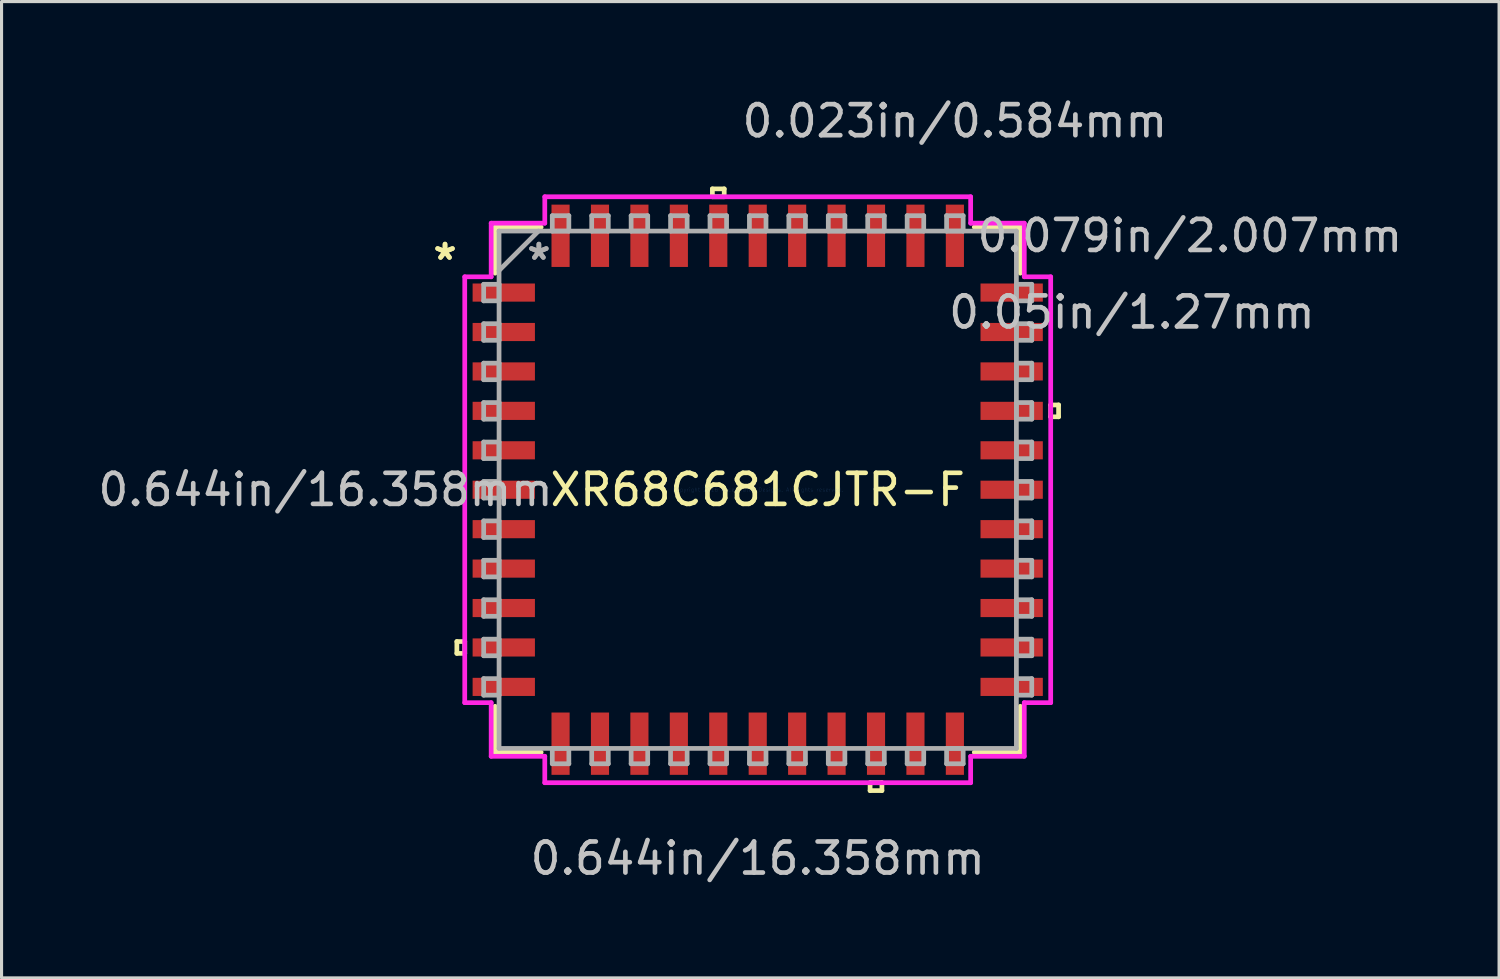
<source format=kicad_pcb>
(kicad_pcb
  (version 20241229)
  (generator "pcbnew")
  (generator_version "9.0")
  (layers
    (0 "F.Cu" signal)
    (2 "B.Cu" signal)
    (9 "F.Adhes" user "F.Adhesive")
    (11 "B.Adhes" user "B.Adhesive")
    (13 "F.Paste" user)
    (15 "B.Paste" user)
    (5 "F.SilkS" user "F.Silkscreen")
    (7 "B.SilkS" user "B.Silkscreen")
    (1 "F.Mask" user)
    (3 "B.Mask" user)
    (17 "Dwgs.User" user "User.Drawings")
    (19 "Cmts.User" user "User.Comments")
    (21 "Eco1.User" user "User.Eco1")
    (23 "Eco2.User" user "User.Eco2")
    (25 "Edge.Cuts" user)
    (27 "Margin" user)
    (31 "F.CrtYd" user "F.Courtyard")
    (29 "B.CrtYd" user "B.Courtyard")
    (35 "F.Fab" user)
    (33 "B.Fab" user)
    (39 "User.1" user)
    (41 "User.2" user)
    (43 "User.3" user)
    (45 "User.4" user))
  (footprint "XR68C681CJTR-F"
    (layer "F.Cu")
    (at 21.354 12.723)
    (property "Reference" "XR68C681CJTR-F" (at 0 0 0) (layer "F.SilkS") (effects (font (size 1 1) (thickness 0.15))))
    (attr through_hole)
    (fp_line (start -9.69 4.889) (end -9.69 5.271) (stroke (width 0.152) (type solid)) (layer "F.SilkS"))
    (fp_line (start -9.69 5.271) (end -9.436 5.271) (stroke (width 0.152) (type solid)) (layer "F.SilkS"))
    (fp_line (start -9.436 4.889) (end -9.69 4.889) (stroke (width 0.152) (type solid)) (layer "F.SilkS"))
    (fp_line (start -9.436 5.271) (end -9.436 4.889) (stroke (width 0.152) (type solid)) (layer "F.SilkS"))
    (fp_line (start -8.458 -8.458) (end -8.458 -6.975) (stroke (width 0.152) (type solid)) (layer "F.SilkS"))
    (fp_line (start -8.458 6.975) (end -8.458 8.458) (stroke (width 0.152) (type solid)) (layer "F.SilkS"))
    (fp_line (start -8.458 8.458) (end -6.975 8.458) (stroke (width 0.152) (type solid)) (layer "F.SilkS"))
    (fp_line (start -6.975 -8.458) (end -8.458 -8.458) (stroke (width 0.152) (type solid)) (layer "F.SilkS"))
    (fp_line (start -1.46 -9.69) (end -1.079 -9.69) (stroke (width 0.152) (type solid)) (layer "F.SilkS"))
    (fp_line (start -1.46 -9.436) (end -1.46 -9.69) (stroke (width 0.152) (type solid)) (layer "F.SilkS"))
    (fp_line (start -1.079 -9.69) (end -1.079 -9.436) (stroke (width 0.152) (type solid)) (layer "F.SilkS"))
    (fp_line (start -1.079 -9.436) (end -1.46 -9.436) (stroke (width 0.152) (type solid)) (layer "F.SilkS"))
    (fp_line (start 3.619 9.436) (end 3.619 9.69) (stroke (width 0.152) (type solid)) (layer "F.SilkS"))
    (fp_line (start 3.619 9.69) (end 4 9.69) (stroke (width 0.152) (type solid)) (layer "F.SilkS"))
    (fp_line (start 4 9.436) (end 3.619 9.436) (stroke (width 0.152) (type solid)) (layer "F.SilkS"))
    (fp_line (start 4 9.69) (end 4 9.436) (stroke (width 0.152) (type solid)) (layer "F.SilkS"))
    (fp_line (start 6.975 8.458) (end 8.458 8.458) (stroke (width 0.152) (type solid)) (layer "F.SilkS"))
    (fp_line (start 8.458 -8.458) (end 6.975 -8.458) (stroke (width 0.152) (type solid)) (layer "F.SilkS"))
    (fp_line (start 8.458 -6.975) (end 8.458 -8.458) (stroke (width 0.152) (type solid)) (layer "F.SilkS"))
    (fp_line (start 8.458 8.458) (end 8.458 6.975) (stroke (width 0.152) (type solid)) (layer "F.SilkS"))
    (fp_line (start 9.436 -2.731) (end 9.69 -2.731) (stroke (width 0.152) (type solid)) (layer "F.SilkS"))
    (fp_line (start 9.436 -2.349) (end 9.436 -2.731) (stroke (width 0.152) (type solid)) (layer "F.SilkS"))
    (fp_line (start 9.69 -2.731) (end 9.69 -2.349) (stroke (width 0.152) (type solid)) (layer "F.SilkS"))
    (fp_line (start 9.69 -2.349) (end 9.436 -2.349) (stroke (width 0.152) (type solid)) (layer "F.SilkS"))
    (fp_line (start -9.436 -6.858) (end -8.585 -6.858) (stroke (width 0.152) (type solid)) (layer "F.CrtYd"))
    (fp_line (start -9.436 6.858) (end -9.436 -6.858) (stroke (width 0.152) (type solid)) (layer "F.CrtYd"))
    (fp_line (start -8.585 -8.585) (end -6.858 -8.585) (stroke (width 0.152) (type solid)) (layer "F.CrtYd"))
    (fp_line (start -8.585 -6.858) (end -8.585 -8.585) (stroke (width 0.152) (type solid)) (layer "F.CrtYd"))
    (fp_line (start -8.585 6.858) (end -9.436 6.858) (stroke (width 0.152) (type solid)) (layer "F.CrtYd"))
    (fp_line (start -8.585 8.585) (end -8.585 6.858) (stroke (width 0.152) (type solid)) (layer "F.CrtYd"))
    (fp_line (start -6.858 -9.436) (end 6.858 -9.436) (stroke (width 0.152) (type solid)) (layer "F.CrtYd"))
    (fp_line (start -6.858 -8.585) (end -6.858 -9.436) (stroke (width 0.152) (type solid)) (layer "F.CrtYd"))
    (fp_line (start -6.858 8.585) (end -8.585 8.585) (stroke (width 0.152) (type solid)) (layer "F.CrtYd"))
    (fp_line (start -6.858 9.436) (end -6.858 8.585) (stroke (width 0.152) (type solid)) (layer "F.CrtYd"))
    (fp_line (start 6.858 -9.436) (end 6.858 -8.585) (stroke (width 0.152) (type solid)) (layer "F.CrtYd"))
    (fp_line (start 6.858 -8.585) (end 8.585 -8.585) (stroke (width 0.152) (type solid)) (layer "F.CrtYd"))
    (fp_line (start 6.858 8.585) (end 6.858 9.436) (stroke (width 0.152) (type solid)) (layer "F.CrtYd"))
    (fp_line (start 6.858 9.436) (end -6.858 9.436) (stroke (width 0.152) (type solid)) (layer "F.CrtYd"))
    (fp_line (start 8.585 -8.585) (end 8.585 -6.858) (stroke (width 0.152) (type solid)) (layer "F.CrtYd"))
    (fp_line (start 8.585 -6.858) (end 9.436 -6.858) (stroke (width 0.152) (type solid)) (layer "F.CrtYd"))
    (fp_line (start 8.585 6.858) (end 8.585 8.585) (stroke (width 0.152) (type solid)) (layer "F.CrtYd"))
    (fp_line (start 8.585 8.585) (end 6.858 8.585) (stroke (width 0.152) (type solid)) (layer "F.CrtYd"))
    (fp_line (start 9.436 -6.858) (end 9.436 6.858) (stroke (width 0.152) (type solid)) (layer "F.CrtYd"))
    (fp_line (start 9.436 6.858) (end 8.585 6.858) (stroke (width 0.152) (type solid)) (layer "F.CrtYd"))
    (fp_line (start -8.826 -6.617) (end -8.826 -6.083) (stroke (width 0.152) (type solid)) (layer "F.Fab"))
    (fp_line (start -8.826 -6.083) (end -8.331 -6.083) (stroke (width 0.152) (type solid)) (layer "F.Fab"))
    (fp_line (start -8.826 -5.347) (end -8.826 -4.813) (stroke (width 0.152) (type solid)) (layer "F.Fab"))
    (fp_line (start -8.826 -4.813) (end -8.331 -4.813) (stroke (width 0.152) (type solid)) (layer "F.Fab"))
    (fp_line (start -8.826 -4.077) (end -8.826 -3.543) (stroke (width 0.152) (type solid)) (layer "F.Fab"))
    (fp_line (start -8.826 -3.543) (end -8.331 -3.543) (stroke (width 0.152) (type solid)) (layer "F.Fab"))
    (fp_line (start -8.826 -2.807) (end -8.826 -2.273) (stroke (width 0.152) (type solid)) (layer "F.Fab"))
    (fp_line (start -8.826 -2.273) (end -8.331 -2.273) (stroke (width 0.152) (type solid)) (layer "F.Fab"))
    (fp_line (start -8.826 -1.537) (end -8.826 -1.003) (stroke (width 0.152) (type solid)) (layer "F.Fab"))
    (fp_line (start -8.826 -1.003) (end -8.331 -1.003) (stroke (width 0.152) (type solid)) (layer "F.Fab"))
    (fp_line (start -8.826 -0.267) (end -8.826 0.267) (stroke (width 0.152) (type solid)) (layer "F.Fab"))
    (fp_line (start -8.826 0.267) (end -8.331 0.267) (stroke (width 0.152) (type solid)) (layer "F.Fab"))
    (fp_line (start -8.826 1.003) (end -8.826 1.537) (stroke (width 0.152) (type solid)) (layer "F.Fab"))
    (fp_line (start -8.826 1.537) (end -8.331 1.537) (stroke (width 0.152) (type solid)) (layer "F.Fab"))
    (fp_line (start -8.826 2.273) (end -8.826 2.807) (stroke (width 0.152) (type solid)) (layer "F.Fab"))
    (fp_line (start -8.826 2.807) (end -8.331 2.807) (stroke (width 0.152) (type solid)) (layer "F.Fab"))
    (fp_line (start -8.826 3.543) (end -8.826 4.077) (stroke (width 0.152) (type solid)) (layer "F.Fab"))
    (fp_line (start -8.826 4.077) (end -8.331 4.077) (stroke (width 0.152) (type solid)) (layer "F.Fab"))
    (fp_line (start -8.826 4.813) (end -8.826 5.347) (stroke (width 0.152) (type solid)) (layer "F.Fab"))
    (fp_line (start -8.826 5.347) (end -8.331 5.347) (stroke (width 0.152) (type solid)) (layer "F.Fab"))
    (fp_line (start -8.826 6.083) (end -8.826 6.617) (stroke (width 0.152) (type solid)) (layer "F.Fab"))
    (fp_line (start -8.826 6.617) (end -8.331 6.617) (stroke (width 0.152) (type solid)) (layer "F.Fab"))
    (fp_line (start -8.331 -8.331) (end -8.331 8.331) (stroke (width 0.152) (type solid)) (layer "F.Fab"))
    (fp_line (start -8.331 -7.061) (end -7.061 -8.331) (stroke (width 0.152) (type solid)) (layer "F.Fab"))
    (fp_line (start -8.331 -6.617) (end -8.826 -6.617) (stroke (width 0.152) (type solid)) (layer "F.Fab"))
    (fp_line (start -8.331 -6.083) (end -8.331 -6.617) (stroke (width 0.152) (type solid)) (layer "F.Fab"))
    (fp_line (start -8.331 -5.347) (end -8.826 -5.347) (stroke (width 0.152) (type solid)) (layer "F.Fab"))
    (fp_line (start -8.331 -4.813) (end -8.331 -5.347) (stroke (width 0.152) (type solid)) (layer "F.Fab"))
    (fp_line (start -8.331 -4.077) (end -8.826 -4.077) (stroke (width 0.152) (type solid)) (layer "F.Fab"))
    (fp_line (start -8.331 -3.543) (end -8.331 -4.077) (stroke (width 0.152) (type solid)) (layer "F.Fab"))
    (fp_line (start -8.331 -2.807) (end -8.826 -2.807) (stroke (width 0.152) (type solid)) (layer "F.Fab"))
    (fp_line (start -8.331 -2.273) (end -8.331 -2.807) (stroke (width 0.152) (type solid)) (layer "F.Fab"))
    (fp_line (start -8.331 -1.537) (end -8.826 -1.537) (stroke (width 0.152) (type solid)) (layer "F.Fab"))
    (fp_line (start -8.331 -1.003) (end -8.331 -1.537) (stroke (width 0.152) (type solid)) (layer "F.Fab"))
    (fp_line (start -8.331 -0.267) (end -8.826 -0.267) (stroke (width 0.152) (type solid)) (layer "F.Fab"))
    (fp_line (start -8.331 0.267) (end -8.331 -0.267) (stroke (width 0.152) (type solid)) (layer "F.Fab"))
    (fp_line (start -8.331 1.003) (end -8.826 1.003) (stroke (width 0.152) (type solid)) (layer "F.Fab"))
    (fp_line (start -8.331 1.537) (end -8.331 1.003) (stroke (width 0.152) (type solid)) (layer "F.Fab"))
    (fp_line (start -8.331 2.273) (end -8.826 2.273) (stroke (width 0.152) (type solid)) (layer "F.Fab"))
    (fp_line (start -8.331 2.807) (end -8.331 2.273) (stroke (width 0.152) (type solid)) (layer "F.Fab"))
    (fp_line (start -8.331 3.543) (end -8.826 3.543) (stroke (width 0.152) (type solid)) (layer "F.Fab"))
    (fp_line (start -8.331 4.077) (end -8.331 3.543) (stroke (width 0.152) (type solid)) (layer "F.Fab"))
    (fp_line (start -8.331 4.813) (end -8.826 4.813) (stroke (width 0.152) (type solid)) (layer "F.Fab"))
    (fp_line (start -8.331 5.347) (end -8.331 4.813) (stroke (width 0.152) (type solid)) (layer "F.Fab"))
    (fp_line (start -8.331 6.083) (end -8.826 6.083) (stroke (width 0.152) (type solid)) (layer "F.Fab"))
    (fp_line (start -8.331 6.617) (end -8.331 6.083) (stroke (width 0.152) (type solid)) (layer "F.Fab"))
    (fp_line (start -8.331 8.331) (end 8.331 8.331) (stroke (width 0.152) (type solid)) (layer "F.Fab"))
    (fp_line (start -6.617 -8.826) (end -6.617 -8.331) (stroke (width 0.152) (type solid)) (layer "F.Fab"))
    (fp_line (start -6.617 -8.331) (end -6.083 -8.331) (stroke (width 0.152) (type solid)) (layer "F.Fab"))
    (fp_line (start -6.617 8.331) (end -6.617 8.826) (stroke (width 0.152) (type solid)) (layer "F.Fab"))
    (fp_line (start -6.617 8.826) (end -6.083 8.826) (stroke (width 0.152) (type solid)) (layer "F.Fab"))
    (fp_line (start -6.083 -8.826) (end -6.617 -8.826) (stroke (width 0.152) (type solid)) (layer "F.Fab"))
    (fp_line (start -6.083 -8.331) (end -6.083 -8.826) (stroke (width 0.152) (type solid)) (layer "F.Fab"))
    (fp_line (start -6.083 8.331) (end -6.617 8.331) (stroke (width 0.152) (type solid)) (layer "F.Fab"))
    (fp_line (start -6.083 8.826) (end -6.083 8.331) (stroke (width 0.152) (type solid)) (layer "F.Fab"))
    (fp_line (start -5.347 -8.826) (end -5.347 -8.331) (stroke (width 0.152) (type solid)) (layer "F.Fab"))
    (fp_line (start -5.347 -8.331) (end -4.813 -8.331) (stroke (width 0.152) (type solid)) (layer "F.Fab"))
    (fp_line (start -5.347 8.331) (end -5.347 8.826) (stroke (width 0.152) (type solid)) (layer "F.Fab"))
    (fp_line (start -5.347 8.826) (end -4.813 8.826) (stroke (width 0.152) (type solid)) (layer "F.Fab"))
    (fp_line (start -4.813 -8.826) (end -5.347 -8.826) (stroke (width 0.152) (type solid)) (layer "F.Fab"))
    (fp_line (start -4.813 -8.331) (end -4.813 -8.826) (stroke (width 0.152) (type solid)) (layer "F.Fab"))
    (fp_line (start -4.813 8.331) (end -5.347 8.331) (stroke (width 0.152) (type solid)) (layer "F.Fab"))
    (fp_line (start -4.813 8.826) (end -4.813 8.331) (stroke (width 0.152) (type solid)) (layer "F.Fab"))
    (fp_line (start -4.077 -8.826) (end -4.077 -8.331) (stroke (width 0.152) (type solid)) (layer "F.Fab"))
    (fp_line (start -4.077 -8.331) (end -3.543 -8.331) (stroke (width 0.152) (type solid)) (layer "F.Fab"))
    (fp_line (start -4.077 8.331) (end -4.077 8.826) (stroke (width 0.152) (type solid)) (layer "F.Fab"))
    (fp_line (start -4.077 8.826) (end -3.543 8.826) (stroke (width 0.152) (type solid)) (layer "F.Fab"))
    (fp_line (start -3.543 -8.826) (end -4.077 -8.826) (stroke (width 0.152) (type solid)) (layer "F.Fab"))
    (fp_line (start -3.543 -8.331) (end -3.543 -8.826) (stroke (width 0.152) (type solid)) (layer "F.Fab"))
    (fp_line (start -3.543 8.331) (end -4.077 8.331) (stroke (width 0.152) (type solid)) (layer "F.Fab"))
    (fp_line (start -3.543 8.826) (end -3.543 8.331) (stroke (width 0.152) (type solid)) (layer "F.Fab"))
    (fp_line (start -2.807 -8.826) (end -2.807 -8.331) (stroke (width 0.152) (type solid)) (layer "F.Fab"))
    (fp_line (start -2.807 -8.331) (end -2.273 -8.331) (stroke (width 0.152) (type solid)) (layer "F.Fab"))
    (fp_line (start -2.807 8.331) (end -2.807 8.826) (stroke (width 0.152) (type solid)) (layer "F.Fab"))
    (fp_line (start -2.807 8.826) (end -2.273 8.826) (stroke (width 0.152) (type solid)) (layer "F.Fab"))
    (fp_line (start -2.273 -8.826) (end -2.807 -8.826) (stroke (width 0.152) (type solid)) (layer "F.Fab"))
    (fp_line (start -2.273 -8.331) (end -2.273 -8.826) (stroke (width 0.152) (type solid)) (layer "F.Fab"))
    (fp_line (start -2.273 8.331) (end -2.807 8.331) (stroke (width 0.152) (type solid)) (layer "F.Fab"))
    (fp_line (start -2.273 8.826) (end -2.273 8.331) (stroke (width 0.152) (type solid)) (layer "F.Fab"))
    (fp_line (start -1.537 -8.826) (end -1.537 -8.331) (stroke (width 0.152) (type solid)) (layer "F.Fab"))
    (fp_line (start -1.537 -8.331) (end -1.003 -8.331) (stroke (width 0.152) (type solid)) (layer "F.Fab"))
    (fp_line (start -1.537 8.331) (end -1.537 8.826) (stroke (width 0.152) (type solid)) (layer "F.Fab"))
    (fp_line (start -1.537 8.826) (end -1.003 8.826) (stroke (width 0.152) (type solid)) (layer "F.Fab"))
    (fp_line (start -1.003 -8.826) (end -1.537 -8.826) (stroke (width 0.152) (type solid)) (layer "F.Fab"))
    (fp_line (start -1.003 -8.331) (end -1.003 -8.826) (stroke (width 0.152) (type solid)) (layer "F.Fab"))
    (fp_line (start -1.003 8.331) (end -1.537 8.331) (stroke (width 0.152) (type solid)) (layer "F.Fab"))
    (fp_line (start -1.003 8.826) (end -1.003 8.331) (stroke (width 0.152) (type solid)) (layer "F.Fab"))
    (fp_line (start -0.267 -8.826) (end -0.267 -8.331) (stroke (width 0.152) (type solid)) (layer "F.Fab"))
    (fp_line (start -0.267 -8.331) (end 0.267 -8.331) (stroke (width 0.152) (type solid)) (layer "F.Fab"))
    (fp_line (start -0.267 8.331) (end -0.267 8.826) (stroke (width 0.152) (type solid)) (layer "F.Fab"))
    (fp_line (start -0.267 8.826) (end 0.267 8.826) (stroke (width 0.152) (type solid)) (layer "F.Fab"))
    (fp_line (start 0.267 -8.826) (end -0.267 -8.826) (stroke (width 0.152) (type solid)) (layer "F.Fab"))
    (fp_line (start 0.267 -8.331) (end 0.267 -8.826) (stroke (width 0.152) (type solid)) (layer "F.Fab"))
    (fp_line (start 0.267 8.331) (end -0.267 8.331) (stroke (width 0.152) (type solid)) (layer "F.Fab"))
    (fp_line (start 0.267 8.826) (end 0.267 8.331) (stroke (width 0.152) (type solid)) (layer "F.Fab"))
    (fp_line (start 1.003 -8.826) (end 1.003 -8.331) (stroke (width 0.152) (type solid)) (layer "F.Fab"))
    (fp_line (start 1.003 -8.331) (end 1.537 -8.331) (stroke (width 0.152) (type solid)) (layer "F.Fab"))
    (fp_line (start 1.003 8.331) (end 1.003 8.826) (stroke (width 0.152) (type solid)) (layer "F.Fab"))
    (fp_line (start 1.003 8.826) (end 1.537 8.826) (stroke (width 0.152) (type solid)) (layer "F.Fab"))
    (fp_line (start 1.537 -8.826) (end 1.003 -8.826) (stroke (width 0.152) (type solid)) (layer "F.Fab"))
    (fp_line (start 1.537 -8.331) (end 1.537 -8.826) (stroke (width 0.152) (type solid)) (layer "F.Fab"))
    (fp_line (start 1.537 8.331) (end 1.003 8.331) (stroke (width 0.152) (type solid)) (layer "F.Fab"))
    (fp_line (start 1.537 8.826) (end 1.537 8.331) (stroke (width 0.152) (type solid)) (layer "F.Fab"))
    (fp_line (start 2.273 -8.826) (end 2.273 -8.331) (stroke (width 0.152) (type solid)) (layer "F.Fab"))
    (fp_line (start 2.273 -8.331) (end 2.807 -8.331) (stroke (width 0.152) (type solid)) (layer "F.Fab"))
    (fp_line (start 2.273 8.331) (end 2.273 8.826) (stroke (width 0.152) (type solid)) (layer "F.Fab"))
    (fp_line (start 2.273 8.826) (end 2.807 8.826) (stroke (width 0.152) (type solid)) (layer "F.Fab"))
    (fp_line (start 2.807 -8.826) (end 2.273 -8.826) (stroke (width 0.152) (type solid)) (layer "F.Fab"))
    (fp_line (start 2.807 -8.331) (end 2.807 -8.826) (stroke (width 0.152) (type solid)) (layer "F.Fab"))
    (fp_line (start 2.807 8.331) (end 2.273 8.331) (stroke (width 0.152) (type solid)) (layer "F.Fab"))
    (fp_line (start 2.807 8.826) (end 2.807 8.331) (stroke (width 0.152) (type solid)) (layer "F.Fab"))
    (fp_line (start 3.543 -8.826) (end 3.543 -8.331) (stroke (width 0.152) (type solid)) (layer "F.Fab"))
    (fp_line (start 3.543 -8.331) (end 4.077 -8.331) (stroke (width 0.152) (type solid)) (layer "F.Fab"))
    (fp_line (start 3.543 8.331) (end 3.543 8.826) (stroke (width 0.152) (type solid)) (layer "F.Fab"))
    (fp_line (start 3.543 8.826) (end 4.077 8.826) (stroke (width 0.152) (type solid)) (layer "F.Fab"))
    (fp_line (start 4.077 -8.826) (end 3.543 -8.826) (stroke (width 0.152) (type solid)) (layer "F.Fab"))
    (fp_line (start 4.077 -8.331) (end 4.077 -8.826) (stroke (width 0.152) (type solid)) (layer "F.Fab"))
    (fp_line (start 4.077 8.331) (end 3.543 8.331) (stroke (width 0.152) (type solid)) (layer "F.Fab"))
    (fp_line (start 4.077 8.826) (end 4.077 8.331) (stroke (width 0.152) (type solid)) (layer "F.Fab"))
    (fp_line (start 4.813 -8.826) (end 4.813 -8.331) (stroke (width 0.152) (type solid)) (layer "F.Fab"))
    (fp_line (start 4.813 -8.331) (end 5.347 -8.331) (stroke (width 0.152) (type solid)) (layer "F.Fab"))
    (fp_line (start 4.813 8.331) (end 4.813 8.826) (stroke (width 0.152) (type solid)) (layer "F.Fab"))
    (fp_line (start 4.813 8.826) (end 5.347 8.826) (stroke (width 0.152) (type solid)) (layer "F.Fab"))
    (fp_line (start 5.347 -8.826) (end 4.813 -8.826) (stroke (width 0.152) (type solid)) (layer "F.Fab"))
    (fp_line (start 5.347 -8.331) (end 5.347 -8.826) (stroke (width 0.152) (type solid)) (layer "F.Fab"))
    (fp_line (start 5.347 8.331) (end 4.813 8.331) (stroke (width 0.152) (type solid)) (layer "F.Fab"))
    (fp_line (start 5.347 8.826) (end 5.347 8.331) (stroke (width 0.152) (type solid)) (layer "F.Fab"))
    (fp_line (start 6.083 -8.826) (end 6.083 -8.331) (stroke (width 0.152) (type solid)) (layer "F.Fab"))
    (fp_line (start 6.083 -8.331) (end 6.617 -8.331) (stroke (width 0.152) (type solid)) (layer "F.Fab"))
    (fp_line (start 6.083 8.331) (end 6.083 8.826) (stroke (width 0.152) (type solid)) (layer "F.Fab"))
    (fp_line (start 6.083 8.826) (end 6.617 8.826) (stroke (width 0.152) (type solid)) (layer "F.Fab"))
    (fp_line (start 6.617 -8.826) (end 6.083 -8.826) (stroke (width 0.152) (type solid)) (layer "F.Fab"))
    (fp_line (start 6.617 -8.331) (end 6.617 -8.826) (stroke (width 0.152) (type solid)) (layer "F.Fab"))
    (fp_line (start 6.617 8.331) (end 6.083 8.331) (stroke (width 0.152) (type solid)) (layer "F.Fab"))
    (fp_line (start 6.617 8.826) (end 6.617 8.331) (stroke (width 0.152) (type solid)) (layer "F.Fab"))
    (fp_line (start 8.331 -8.331) (end -8.331 -8.331) (stroke (width 0.152) (type solid)) (layer "F.Fab"))
    (fp_line (start 8.331 -6.617) (end 8.331 -6.083) (stroke (width 0.152) (type solid)) (layer "F.Fab"))
    (fp_line (start 8.331 -6.083) (end 8.826 -6.083) (stroke (width 0.152) (type solid)) (layer "F.Fab"))
    (fp_line (start 8.331 -5.347) (end 8.331 -4.813) (stroke (width 0.152) (type solid)) (layer "F.Fab"))
    (fp_line (start 8.331 -4.813) (end 8.826 -4.813) (stroke (width 0.152) (type solid)) (layer "F.Fab"))
    (fp_line (start 8.331 -4.077) (end 8.331 -3.543) (stroke (width 0.152) (type solid)) (layer "F.Fab"))
    (fp_line (start 8.331 -3.543) (end 8.826 -3.543) (stroke (width 0.152) (type solid)) (layer "F.Fab"))
    (fp_line (start 8.331 -2.807) (end 8.331 -2.273) (stroke (width 0.152) (type solid)) (layer "F.Fab"))
    (fp_line (start 8.331 -2.273) (end 8.826 -2.273) (stroke (width 0.152) (type solid)) (layer "F.Fab"))
    (fp_line (start 8.331 -1.537) (end 8.331 -1.003) (stroke (width 0.152) (type solid)) (layer "F.Fab"))
    (fp_line (start 8.331 -1.003) (end 8.826 -1.003) (stroke (width 0.152) (type solid)) (layer "F.Fab"))
    (fp_line (start 8.331 -0.267) (end 8.331 0.267) (stroke (width 0.152) (type solid)) (layer "F.Fab"))
    (fp_line (start 8.331 0.267) (end 8.826 0.267) (stroke (width 0.152) (type solid)) (layer "F.Fab"))
    (fp_line (start 8.331 1.003) (end 8.331 1.537) (stroke (width 0.152) (type solid)) (layer "F.Fab"))
    (fp_line (start 8.331 1.537) (end 8.826 1.537) (stroke (width 0.152) (type solid)) (layer "F.Fab"))
    (fp_line (start 8.331 2.273) (end 8.331 2.807) (stroke (width 0.152) (type solid)) (layer "F.Fab"))
    (fp_line (start 8.331 2.807) (end 8.826 2.807) (stroke (width 0.152) (type solid)) (layer "F.Fab"))
    (fp_line (start 8.331 3.543) (end 8.331 4.077) (stroke (width 0.152) (type solid)) (layer "F.Fab"))
    (fp_line (start 8.331 4.077) (end 8.826 4.077) (stroke (width 0.152) (type solid)) (layer "F.Fab"))
    (fp_line (start 8.331 4.813) (end 8.331 5.347) (stroke (width 0.152) (type solid)) (layer "F.Fab"))
    (fp_line (start 8.331 5.347) (end 8.826 5.347) (stroke (width 0.152) (type solid)) (layer "F.Fab"))
    (fp_line (start 8.331 6.083) (end 8.331 6.617) (stroke (width 0.152) (type solid)) (layer "F.Fab"))
    (fp_line (start 8.331 6.617) (end 8.826 6.617) (stroke (width 0.152) (type solid)) (layer "F.Fab"))
    (fp_line (start 8.331 8.331) (end 8.331 -8.331) (stroke (width 0.152) (type solid)) (layer "F.Fab"))
    (fp_line (start 8.826 -6.617) (end 8.331 -6.617) (stroke (width 0.152) (type solid)) (layer "F.Fab"))
    (fp_line (start 8.826 -6.083) (end 8.826 -6.617) (stroke (width 0.152) (type solid)) (layer "F.Fab"))
    (fp_line (start 8.826 -5.347) (end 8.331 -5.347) (stroke (width 0.152) (type solid)) (layer "F.Fab"))
    (fp_line (start 8.826 -4.813) (end 8.826 -5.347) (stroke (width 0.152) (type solid)) (layer "F.Fab"))
    (fp_line (start 8.826 -4.077) (end 8.331 -4.077) (stroke (width 0.152) (type solid)) (layer "F.Fab"))
    (fp_line (start 8.826 -3.543) (end 8.826 -4.077) (stroke (width 0.152) (type solid)) (layer "F.Fab"))
    (fp_line (start 8.826 -2.807) (end 8.331 -2.807) (stroke (width 0.152) (type solid)) (layer "F.Fab"))
    (fp_line (start 8.826 -2.273) (end 8.826 -2.807) (stroke (width 0.152) (type solid)) (layer "F.Fab"))
    (fp_line (start 8.826 -1.537) (end 8.331 -1.537) (stroke (width 0.152) (type solid)) (layer "F.Fab"))
    (fp_line (start 8.826 -1.003) (end 8.826 -1.537) (stroke (width 0.152) (type solid)) (layer "F.Fab"))
    (fp_line (start 8.826 -0.267) (end 8.331 -0.267) (stroke (width 0.152) (type solid)) (layer "F.Fab"))
    (fp_line (start 8.826 0.267) (end 8.826 -0.267) (stroke (width 0.152) (type solid)) (layer "F.Fab"))
    (fp_line (start 8.826 1.003) (end 8.331 1.003) (stroke (width 0.152) (type solid)) (layer "F.Fab"))
    (fp_line (start 8.826 1.537) (end 8.826 1.003) (stroke (width 0.152) (type solid)) (layer "F.Fab"))
    (fp_line (start 8.826 2.273) (end 8.331 2.273) (stroke (width 0.152) (type solid)) (layer "F.Fab"))
    (fp_line (start 8.826 2.807) (end 8.826 2.273) (stroke (width 0.152) (type solid)) (layer "F.Fab"))
    (fp_line (start 8.826 3.543) (end 8.331 3.543) (stroke (width 0.152) (type solid)) (layer "F.Fab"))
    (fp_line (start 8.826 4.077) (end 8.826 3.543) (stroke (width 0.152) (type solid)) (layer "F.Fab"))
    (fp_line (start 8.826 4.813) (end 8.331 4.813) (stroke (width 0.152) (type solid)) (layer "F.Fab"))
    (fp_line (start 8.826 5.347) (end 8.826 4.813) (stroke (width 0.152) (type solid)) (layer "F.Fab"))
    (fp_line (start 8.826 6.083) (end 8.331 6.083) (stroke (width 0.152) (type solid)) (layer "F.Fab"))
    (fp_line (start 8.826 6.617) (end 8.826 6.083) (stroke (width 0.152) (type solid)) (layer "F.Fab"))
    (fp_text user "*" (at -10.071 -7.366 0) (layer "F.SilkS") (effects (font (size 1 1) (thickness 0.15))))
    (fp_text user "*" (at -10.071 -7.366 0) (layer "F.SilkS") (effects (font (size 1 1) (thickness 0.15))))
    (fp_text user "0.023in/0.584mm" (at 6.35 -11.874 0) (layer "Dwgs.User") (effects (font (size 1 1) (thickness 0.15))))
    (fp_text user "0.05in/1.27mm" (at 12.052 -5.715 0) (layer "Dwgs.User") (effects (font (size 1 1) (thickness 0.15))))
    (fp_text user "0.079in/2.007mm" (at 13.919 -8.179 0) (layer "Dwgs.User") (effects (font (size 1 1) (thickness 0.15))))
    (fp_text user "0.644in/16.358mm" (at 0 11.874 0) (layer "Dwgs.User") (effects (font (size 1 1) (thickness 0.15))))
    (fp_text user "0.644in/16.358mm" (at -13.919 0 0) (layer "Dwgs.User") (effects (font (size 1 1) (thickness 0.15))))
    (fp_text user "Copyright 2016 Accelerated Designs. All rights reserved." (at 0 0 0) (layer "Cmts.User") (effects (font (size 0.127 0.127) (thickness 0.002))))
    (fp_text user "*" (at -7.048 -7.366 0) (layer "F.Fab") (effects (font (size 1 1) (thickness 0.15))))
    (fp_text user "*" (at -7.048 -7.366 0) (layer "F.Fab") (effects (font (size 1 1) (thickness 0.15))))
    (pad "1" smd rect (at -8.179 -6.35 90) (size 0.584 2.007) (layers "F.Cu" "F.Mask" "F.Paste"))
    (pad "2" smd rect (at -8.179 -5.08 90) (size 0.584 2.007) (layers "F.Cu" "F.Mask" "F.Paste"))
    (pad "3" smd rect (at -8.179 -3.81 90) (size 0.584 2.007) (layers "F.Cu" "F.Mask" "F.Paste"))
    (pad "4" smd rect (at -8.179 -2.54 90) (size 0.584 2.007) (layers "F.Cu" "F.Mask" "F.Paste"))
    (pad "5" smd rect (at -8.179 -1.27 90) (size 0.584 2.007) (layers "F.Cu" "F.Mask" "F.Paste"))
    (pad "6" smd rect (at -8.179 0 90) (size 0.584 2.007) (layers "F.Cu" "F.Mask" "F.Paste"))
    (pad "7" smd rect (at -8.179 1.27 90) (size 0.584 2.007) (layers "F.Cu" "F.Mask" "F.Paste"))
    (pad "8" smd rect (at -8.179 2.54 90) (size 0.584 2.007) (layers "F.Cu" "F.Mask" "F.Paste"))
    (pad "9" smd rect (at -8.179 3.81 90) (size 0.584 2.007) (layers "F.Cu" "F.Mask" "F.Paste"))
    (pad "10" smd rect (at -8.179 5.08 90) (size 0.584 2.007) (layers "F.Cu" "F.Mask" "F.Paste"))
    (pad "11" smd rect (at -8.179 6.35 90) (size 0.584 2.007) (layers "F.Cu" "F.Mask" "F.Paste"))
    (pad "12" smd rect (at -6.35 8.179) (size 0.584 2.007) (layers "F.Cu" "F.Mask" "F.Paste"))
    (pad "13" smd rect (at -5.08 8.179) (size 0.584 2.007) (layers "F.Cu" "F.Mask" "F.Paste"))
    (pad "14" smd rect (at -3.81 8.179) (size 0.584 2.007) (layers "F.Cu" "F.Mask" "F.Paste"))
    (pad "15" smd rect (at -2.54 8.179) (size 0.584 2.007) (layers "F.Cu" "F.Mask" "F.Paste"))
    (pad "16" smd rect (at -1.27 8.179) (size 0.584 2.007) (layers "F.Cu" "F.Mask" "F.Paste"))
    (pad "17" smd rect (at 0 8.179) (size 0.584 2.007) (layers "F.Cu" "F.Mask" "F.Paste"))
    (pad "18" smd rect (at 1.27 8.179) (size 0.584 2.007) (layers "F.Cu" "F.Mask" "F.Paste"))
    (pad "19" smd rect (at 2.54 8.179) (size 0.584 2.007) (layers "F.Cu" "F.Mask" "F.Paste"))
    (pad "20" smd rect (at 3.81 8.179) (size 0.584 2.007) (layers "F.Cu" "F.Mask" "F.Paste"))
    (pad "21" smd rect (at 5.08 8.179) (size 0.584 2.007) (layers "F.Cu" "F.Mask" "F.Paste"))
    (pad "22" smd rect (at 6.35 8.179) (size 0.584 2.007) (layers "F.Cu" "F.Mask" "F.Paste"))
    (pad "23" smd rect (at 8.179 6.35 90) (size 0.584 2.007) (layers "F.Cu" "F.Mask" "F.Paste"))
    (pad "24" smd rect (at 8.179 5.08 90) (size 0.584 2.007) (layers "F.Cu" "F.Mask" "F.Paste"))
    (pad "25" smd rect (at 8.179 3.81 90) (size 0.584 2.007) (layers "F.Cu" "F.Mask" "F.Paste"))
    (pad "26" smd rect (at 8.179 2.54 90) (size 0.584 2.007) (layers "F.Cu" "F.Mask" "F.Paste"))
    (pad "27" smd rect (at 8.179 1.27 90) (size 0.584 2.007) (layers "F.Cu" "F.Mask" "F.Paste"))
    (pad "28" smd rect (at 8.179 0 90) (size 0.584 2.007) (layers "F.Cu" "F.Mask" "F.Paste"))
    (pad "29" smd rect (at 8.179 -1.27 90) (size 0.584 2.007) (layers "F.Cu" "F.Mask" "F.Paste"))
    (pad "30" smd rect (at 8.179 -2.54 90) (size 0.584 2.007) (layers "F.Cu" "F.Mask" "F.Paste"))
    (pad "31" smd rect (at 8.179 -3.81 90) (size 0.584 2.007) (layers "F.Cu" "F.Mask" "F.Paste"))
    (pad "32" smd rect (at 8.179 -5.08 90) (size 0.584 2.007) (layers "F.Cu" "F.Mask" "F.Paste"))
    (pad "33" smd rect (at 8.179 -6.35 90) (size 0.584 2.007) (layers "F.Cu" "F.Mask" "F.Paste"))
    (pad "34" smd rect (at 6.35 -8.179) (size 0.584 2.007) (layers "F.Cu" "F.Mask" "F.Paste"))
    (pad "35" smd rect (at 5.08 -8.179) (size 0.584 2.007) (layers "F.Cu" "F.Mask" "F.Paste"))
    (pad "36" smd rect (at 3.81 -8.179) (size 0.584 2.007) (layers "F.Cu" "F.Mask" "F.Paste"))
    (pad "37" smd rect (at 2.54 -8.179) (size 0.584 2.007) (layers "F.Cu" "F.Mask" "F.Paste"))
    (pad "38" smd rect (at 1.27 -8.179) (size 0.584 2.007) (layers "F.Cu" "F.Mask" "F.Paste"))
    (pad "39" smd rect (at 0 -8.179) (size 0.584 2.007) (layers "F.Cu" "F.Mask" "F.Paste"))
    (pad "40" smd rect (at -1.27 -8.179) (size 0.584 2.007) (layers "F.Cu" "F.Mask" "F.Paste"))
    (pad "41" smd rect (at -2.54 -8.179) (size 0.584 2.007) (layers "F.Cu" "F.Mask" "F.Paste"))
    (pad "42" smd rect (at -3.81 -8.179) (size 0.584 2.007) (layers "F.Cu" "F.Mask" "F.Paste"))
    (pad "43" smd rect (at -5.08 -8.179) (size 0.584 2.007) (layers "F.Cu" "F.Mask" "F.Paste"))
    (pad "44" smd rect (at -6.35 -8.179) (size 0.584 2.007) (layers "F.Cu" "F.Mask" "F.Paste")))
  (gr_rect
    (start -3 -3)
    (end 45.231 28.445)
    (stroke (width 0.1) (type default))
    (fill no)
    (layer "Edge.Cuts")))
</source>
